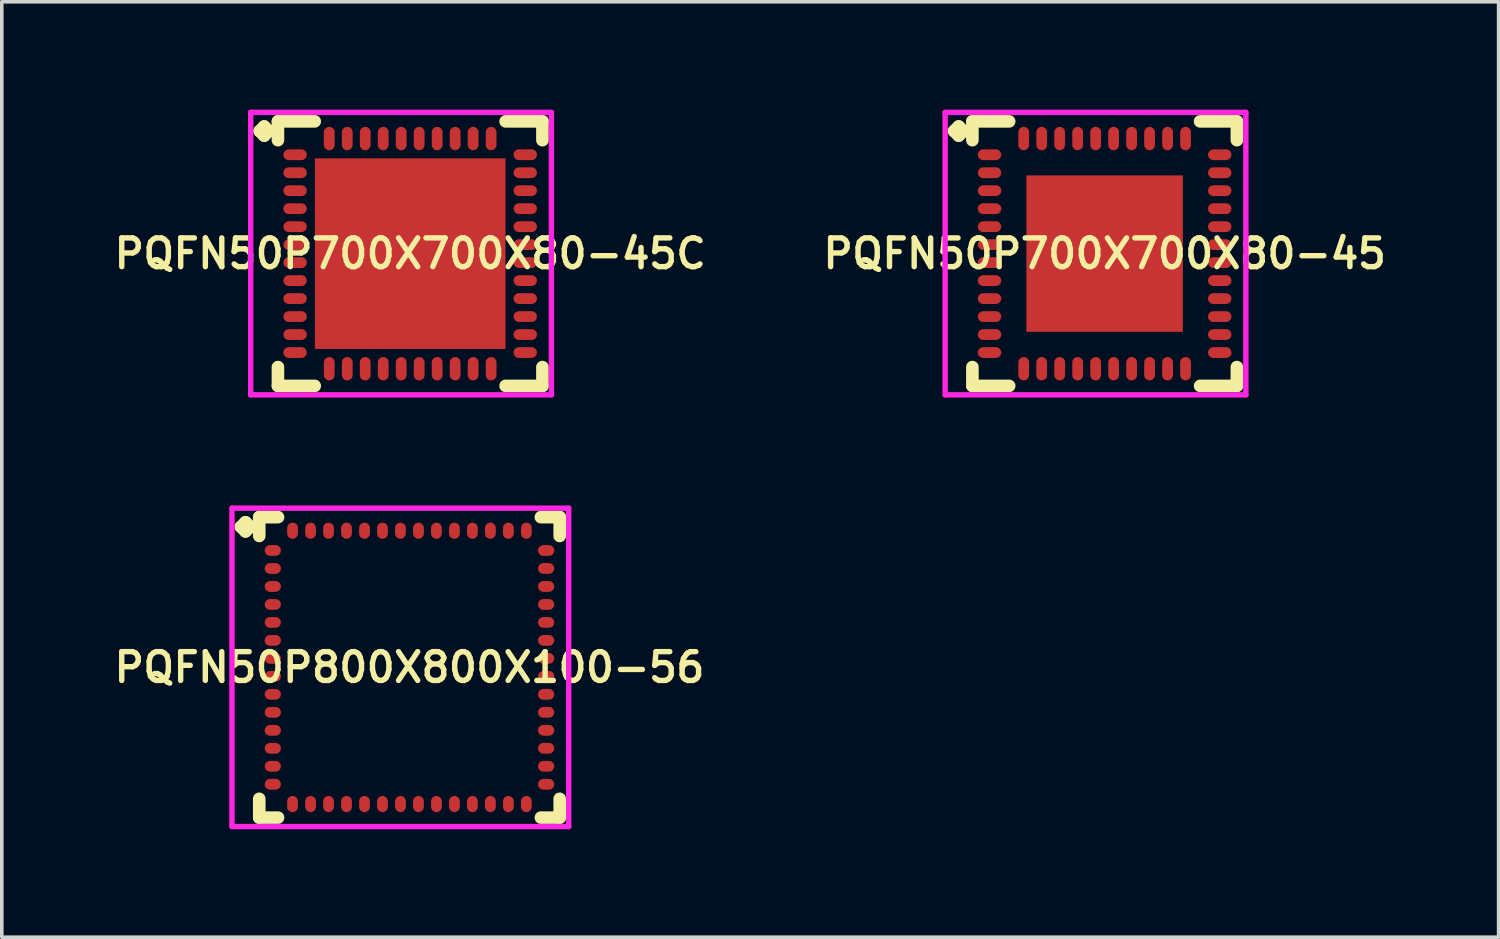
<source format=kicad_pcb>
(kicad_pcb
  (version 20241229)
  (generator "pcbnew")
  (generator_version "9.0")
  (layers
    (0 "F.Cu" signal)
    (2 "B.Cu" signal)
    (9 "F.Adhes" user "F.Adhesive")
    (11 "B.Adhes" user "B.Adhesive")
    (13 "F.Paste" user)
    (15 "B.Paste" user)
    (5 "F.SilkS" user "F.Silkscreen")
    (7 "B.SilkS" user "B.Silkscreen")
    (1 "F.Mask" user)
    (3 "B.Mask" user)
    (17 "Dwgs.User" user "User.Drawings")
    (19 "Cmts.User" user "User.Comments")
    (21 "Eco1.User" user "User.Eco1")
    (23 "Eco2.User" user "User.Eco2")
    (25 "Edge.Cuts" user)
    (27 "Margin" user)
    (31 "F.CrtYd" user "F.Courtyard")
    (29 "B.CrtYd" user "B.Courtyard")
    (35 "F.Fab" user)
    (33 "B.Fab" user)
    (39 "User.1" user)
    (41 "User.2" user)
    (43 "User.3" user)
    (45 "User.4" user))
  (footprint "PQFN50P700X700X80-45"
    (layer "F.Cu")
    (at 27.664 4.002)
    (property "Reference" "PQFN50P700X700X80-45" (at 0 0 0) (layer "F.SilkS") (effects (font (size 0.8 0.8) (thickness 0.15))))
    (attr smd)
    (fp_line (start -4.185 -3.408) (end -4.058 -3.535) (stroke (width 0.35) (type solid)) (layer "F.SilkS"))
    (fp_line (start -4.058 -3.535) (end -3.931 -3.408) (stroke (width 0.35) (type solid)) (layer "F.SilkS"))
    (fp_line (start -4.058 -3.281) (end -4.185 -3.408) (stroke (width 0.35) (type solid)) (layer "F.SilkS"))
    (fp_line (start -3.931 -3.408) (end -4.058 -3.281) (stroke (width 0.35) (type solid)) (layer "F.SilkS"))
    (fp_line (start -3.677 -3.677) (end -2.654 -3.677) (stroke (width 0.35) (type solid)) (layer "F.SilkS"))
    (fp_line (start -3.677 -3.154) (end -3.677 -3.677) (stroke (width 0.35) (type solid)) (layer "F.SilkS"))
    (fp_line (start -3.677 3.154) (end -3.677 3.677) (stroke (width 0.35) (type solid)) (layer "F.SilkS"))
    (fp_line (start -3.677 3.677) (end -2.654 3.677) (stroke (width 0.35) (type solid)) (layer "F.SilkS"))
    (fp_line (start 2.654 -3.677) (end 3.677 -3.677) (stroke (width 0.35) (type solid)) (layer "F.SilkS"))
    (fp_line (start 2.654 3.677) (end 3.677 3.677) (stroke (width 0.35) (type solid)) (layer "F.SilkS"))
    (fp_line (start 3.677 -3.677) (end 3.677 -3.154) (stroke (width 0.35) (type solid)) (layer "F.SilkS"))
    (fp_line (start 3.677 3.677) (end 3.677 3.154) (stroke (width 0.35) (type solid)) (layer "F.SilkS"))
    (fp_line (start -4.435 -3.927) (end 3.927 -3.927) (stroke (width 0.15) (type solid)) (layer "F.CrtYd"))
    (fp_line (start -4.435 3.927) (end -4.435 -3.927) (stroke (width 0.15) (type solid)) (layer "F.CrtYd"))
    (fp_line (start 3.927 -3.927) (end 3.927 3.927) (stroke (width 0.15) (type solid)) (layer "F.CrtYd"))
    (fp_line (start 3.927 3.927) (end -4.435 3.927) (stroke (width 0.15) (type solid)) (layer "F.CrtYd"))
    (pad "1" smd oval (at -3.2 -2.75) (size 0.65 0.3) (layers "F.Cu" "F.Mask" "F.Paste"))
    (pad "2" smd oval (at -3.2 -2.25) (size 0.65 0.3) (layers "F.Cu" "F.Mask" "F.Paste"))
    (pad "3" smd oval (at -3.2 -1.75) (size 0.65 0.3) (layers "F.Cu" "F.Mask" "F.Paste"))
    (pad "4" smd oval (at -3.2 -1.25) (size 0.65 0.3) (layers "F.Cu" "F.Mask" "F.Paste"))
    (pad "5" smd oval (at -3.2 -0.75) (size 0.65 0.3) (layers "F.Cu" "F.Mask" "F.Paste"))
    (pad "6" smd oval (at -3.2 -0.25) (size 0.65 0.3) (layers "F.Cu" "F.Mask" "F.Paste"))
    (pad "7" smd oval (at -3.2 0.25) (size 0.65 0.3) (layers "F.Cu" "F.Mask" "F.Paste"))
    (pad "8" smd oval (at -3.2 0.75) (size 0.65 0.3) (layers "F.Cu" "F.Mask" "F.Paste"))
    (pad "9" smd oval (at -3.2 1.25) (size 0.65 0.3) (layers "F.Cu" "F.Mask" "F.Paste"))
    (pad "10" smd oval (at -3.2 1.75) (size 0.65 0.3) (layers "F.Cu" "F.Mask" "F.Paste"))
    (pad "11" smd oval (at -3.2 2.25) (size 0.65 0.3) (layers "F.Cu" "F.Mask" "F.Paste"))
    (pad "12" smd oval (at -3.2 2.75) (size 0.65 0.3) (layers "F.Cu" "F.Mask" "F.Paste"))
    (pad "13" smd oval (at -2.25 3.2) (size 0.3 0.65) (layers "F.Cu" "F.Mask" "F.Paste"))
    (pad "14" smd oval (at -1.75 3.2) (size 0.3 0.65) (layers "F.Cu" "F.Mask" "F.Paste"))
    (pad "15" smd oval (at -1.25 3.2) (size 0.3 0.65) (layers "F.Cu" "F.Mask" "F.Paste"))
    (pad "16" smd oval (at -0.75 3.2) (size 0.3 0.65) (layers "F.Cu" "F.Mask" "F.Paste"))
    (pad "17" smd oval (at -0.25 3.2) (size 0.3 0.65) (layers "F.Cu" "F.Mask" "F.Paste"))
    (pad "18" smd oval (at 0.25 3.2) (size 0.3 0.65) (layers "F.Cu" "F.Mask" "F.Paste"))
    (pad "19" smd oval (at 0.75 3.2) (size 0.3 0.65) (layers "F.Cu" "F.Mask" "F.Paste"))
    (pad "20" smd oval (at 1.25 3.2) (size 0.3 0.65) (layers "F.Cu" "F.Mask" "F.Paste"))
    (pad "21" smd oval (at 1.75 3.2) (size 0.3 0.65) (layers "F.Cu" "F.Mask" "F.Paste"))
    (pad "22" smd oval (at 2.25 3.2) (size 0.3 0.65) (layers "F.Cu" "F.Mask" "F.Paste"))
    (pad "23" smd oval (at 3.2 2.75) (size 0.65 0.3) (layers "F.Cu" "F.Mask" "F.Paste"))
    (pad "24" smd oval (at 3.2 2.25) (size 0.65 0.3) (layers "F.Cu" "F.Mask" "F.Paste"))
    (pad "25" smd oval (at 3.2 1.75) (size 0.65 0.3) (layers "F.Cu" "F.Mask" "F.Paste"))
    (pad "26" smd oval (at 3.2 1.25) (size 0.65 0.3) (layers "F.Cu" "F.Mask" "F.Paste"))
    (pad "27" smd oval (at 3.2 0.75) (size 0.65 0.3) (layers "F.Cu" "F.Mask" "F.Paste"))
    (pad "28" smd oval (at 3.2 0.25) (size 0.65 0.3) (layers "F.Cu" "F.Mask" "F.Paste"))
    (pad "29" smd oval (at 3.2 -0.25) (size 0.65 0.3) (layers "F.Cu" "F.Mask" "F.Paste"))
    (pad "30" smd oval (at 3.2 -0.75) (size 0.65 0.3) (layers "F.Cu" "F.Mask" "F.Paste"))
    (pad "31" smd oval (at 3.2 -1.25) (size 0.65 0.3) (layers "F.Cu" "F.Mask" "F.Paste"))
    (pad "32" smd oval (at 3.2 -1.75) (size 0.65 0.3) (layers "F.Cu" "F.Mask" "F.Paste"))
    (pad "33" smd oval (at 3.2 -2.25) (size 0.65 0.3) (layers "F.Cu" "F.Mask" "F.Paste"))
    (pad "34" smd oval (at 3.2 -2.75) (size 0.65 0.3) (layers "F.Cu" "F.Mask" "F.Paste"))
    (pad "35" smd oval (at 2.25 -3.2) (size 0.3 0.65) (layers "F.Cu" "F.Mask" "F.Paste"))
    (pad "36" smd oval (at 1.75 -3.2) (size 0.3 0.65) (layers "F.Cu" "F.Mask" "F.Paste"))
    (pad "37" smd oval (at 1.25 -3.2) (size 0.3 0.65) (layers "F.Cu" "F.Mask" "F.Paste"))
    (pad "38" smd oval (at 0.75 -3.2) (size 0.3 0.65) (layers "F.Cu" "F.Mask" "F.Paste"))
    (pad "39" smd oval (at 0.25 -3.2) (size 0.3 0.65) (layers "F.Cu" "F.Mask" "F.Paste"))
    (pad "40" smd oval (at -0.25 -3.2) (size 0.3 0.65) (layers "F.Cu" "F.Mask" "F.Paste"))
    (pad "41" smd oval (at -0.75 -3.2) (size 0.3 0.65) (layers "F.Cu" "F.Mask" "F.Paste"))
    (pad "42" smd oval (at -1.25 -3.2) (size 0.3 0.65) (layers "F.Cu" "F.Mask" "F.Paste"))
    (pad "43" smd oval (at -1.75 -3.2) (size 0.3 0.65) (layers "F.Cu" "F.Mask" "F.Paste"))
    (pad "44" smd oval (at -2.25 -3.2) (size 0.3 0.65) (layers "F.Cu" "F.Mask" "F.Paste"))
    (pad "45" smd rect (at 0 0) (size 4.35 4.35) (layers "F.Cu" "F.Mask" "F.Paste")))
  (footprint "PQFN50P700X700X80-45C"
    (layer "F.Cu")
    (at 8.355 4.002)
    (property "Reference" "PQFN50P700X700X80-45C" (at 0 0 0) (layer "F.SilkS") (effects (font (size 0.8 0.8) (thickness 0.15))))
    (attr smd)
    (fp_line (start -4.185 -3.408) (end -4.058 -3.535) (stroke (width 0.35) (type solid)) (layer "F.SilkS"))
    (fp_line (start -4.058 -3.535) (end -3.931 -3.408) (stroke (width 0.35) (type solid)) (layer "F.SilkS"))
    (fp_line (start -4.058 -3.281) (end -4.185 -3.408) (stroke (width 0.35) (type solid)) (layer "F.SilkS"))
    (fp_line (start -3.931 -3.408) (end -4.058 -3.281) (stroke (width 0.35) (type solid)) (layer "F.SilkS"))
    (fp_line (start -3.677 -3.677) (end -2.654 -3.677) (stroke (width 0.35) (type solid)) (layer "F.SilkS"))
    (fp_line (start -3.677 -3.154) (end -3.677 -3.677) (stroke (width 0.35) (type solid)) (layer "F.SilkS"))
    (fp_line (start -3.677 3.154) (end -3.677 3.677) (stroke (width 0.35) (type solid)) (layer "F.SilkS"))
    (fp_line (start -3.677 3.677) (end -2.654 3.677) (stroke (width 0.35) (type solid)) (layer "F.SilkS"))
    (fp_line (start 2.654 -3.677) (end 3.677 -3.677) (stroke (width 0.35) (type solid)) (layer "F.SilkS"))
    (fp_line (start 2.654 3.677) (end 3.677 3.677) (stroke (width 0.35) (type solid)) (layer "F.SilkS"))
    (fp_line (start 3.677 -3.677) (end 3.677 -3.154) (stroke (width 0.35) (type solid)) (layer "F.SilkS"))
    (fp_line (start 3.677 3.677) (end 3.677 3.154) (stroke (width 0.35) (type solid)) (layer "F.SilkS"))
    (fp_line (start -4.435 -3.927) (end 3.927 -3.927) (stroke (width 0.15) (type solid)) (layer "F.CrtYd"))
    (fp_line (start -4.435 3.927) (end -4.435 -3.927) (stroke (width 0.15) (type solid)) (layer "F.CrtYd"))
    (fp_line (start 3.927 -3.927) (end 3.927 3.927) (stroke (width 0.15) (type solid)) (layer "F.CrtYd"))
    (fp_line (start 3.927 3.927) (end -4.435 3.927) (stroke (width 0.15) (type solid)) (layer "F.CrtYd"))
    (pad "1" smd oval (at -3.2 -2.75) (size 0.65 0.3) (layers "F.Cu" "F.Mask" "F.Paste"))
    (pad "2" smd oval (at -3.2 -2.25) (size 0.65 0.3) (layers "F.Cu" "F.Mask" "F.Paste"))
    (pad "3" smd oval (at -3.2 -1.75) (size 0.65 0.3) (layers "F.Cu" "F.Mask" "F.Paste"))
    (pad "4" smd oval (at -3.2 -1.25) (size 0.65 0.3) (layers "F.Cu" "F.Mask" "F.Paste"))
    (pad "5" smd oval (at -3.2 -0.75) (size 0.65 0.3) (layers "F.Cu" "F.Mask" "F.Paste"))
    (pad "6" smd oval (at -3.2 -0.25) (size 0.65 0.3) (layers "F.Cu" "F.Mask" "F.Paste"))
    (pad "7" smd oval (at -3.2 0.25) (size 0.65 0.3) (layers "F.Cu" "F.Mask" "F.Paste"))
    (pad "8" smd oval (at -3.2 0.75) (size 0.65 0.3) (layers "F.Cu" "F.Mask" "F.Paste"))
    (pad "9" smd oval (at -3.2 1.25) (size 0.65 0.3) (layers "F.Cu" "F.Mask" "F.Paste"))
    (pad "10" smd oval (at -3.2 1.75) (size 0.65 0.3) (layers "F.Cu" "F.Mask" "F.Paste"))
    (pad "11" smd oval (at -3.2 2.25) (size 0.65 0.3) (layers "F.Cu" "F.Mask" "F.Paste"))
    (pad "12" smd oval (at -3.2 2.75) (size 0.65 0.3) (layers "F.Cu" "F.Mask" "F.Paste"))
    (pad "13" smd oval (at -2.25 3.2) (size 0.3 0.65) (layers "F.Cu" "F.Mask" "F.Paste"))
    (pad "14" smd oval (at -1.75 3.2) (size 0.3 0.65) (layers "F.Cu" "F.Mask" "F.Paste"))
    (pad "15" smd oval (at -1.25 3.2) (size 0.3 0.65) (layers "F.Cu" "F.Mask" "F.Paste"))
    (pad "16" smd oval (at -0.75 3.2) (size 0.3 0.65) (layers "F.Cu" "F.Mask" "F.Paste"))
    (pad "17" smd oval (at -0.25 3.2) (size 0.3 0.65) (layers "F.Cu" "F.Mask" "F.Paste"))
    (pad "18" smd oval (at 0.25 3.2) (size 0.3 0.65) (layers "F.Cu" "F.Mask" "F.Paste"))
    (pad "19" smd oval (at 0.75 3.2) (size 0.3 0.65) (layers "F.Cu" "F.Mask" "F.Paste"))
    (pad "20" smd oval (at 1.25 3.2) (size 0.3 0.65) (layers "F.Cu" "F.Mask" "F.Paste"))
    (pad "21" smd oval (at 1.75 3.2) (size 0.3 0.65) (layers "F.Cu" "F.Mask" "F.Paste"))
    (pad "22" smd oval (at 2.25 3.2) (size 0.3 0.65) (layers "F.Cu" "F.Mask" "F.Paste"))
    (pad "23" smd oval (at 3.2 2.75) (size 0.65 0.3) (layers "F.Cu" "F.Mask" "F.Paste"))
    (pad "24" smd oval (at 3.2 2.25) (size 0.65 0.3) (layers "F.Cu" "F.Mask" "F.Paste"))
    (pad "25" smd oval (at 3.2 1.75) (size 0.65 0.3) (layers "F.Cu" "F.Mask" "F.Paste"))
    (pad "26" smd oval (at 3.2 1.25) (size 0.65 0.3) (layers "F.Cu" "F.Mask" "F.Paste"))
    (pad "27" smd oval (at 3.2 0.75) (size 0.65 0.3) (layers "F.Cu" "F.Mask" "F.Paste"))
    (pad "28" smd oval (at 3.2 0.25) (size 0.65 0.3) (layers "F.Cu" "F.Mask" "F.Paste"))
    (pad "29" smd oval (at 3.2 -0.25) (size 0.65 0.3) (layers "F.Cu" "F.Mask" "F.Paste"))
    (pad "30" smd oval (at 3.2 -0.75) (size 0.65 0.3) (layers "F.Cu" "F.Mask" "F.Paste"))
    (pad "31" smd oval (at 3.2 -1.25) (size 0.65 0.3) (layers "F.Cu" "F.Mask" "F.Paste"))
    (pad "32" smd oval (at 3.2 -1.75) (size 0.65 0.3) (layers "F.Cu" "F.Mask" "F.Paste"))
    (pad "33" smd oval (at 3.2 -2.25) (size 0.65 0.3) (layers "F.Cu" "F.Mask" "F.Paste"))
    (pad "34" smd oval (at 3.2 -2.75) (size 0.65 0.3) (layers "F.Cu" "F.Mask" "F.Paste"))
    (pad "35" smd oval (at 2.25 -3.2) (size 0.3 0.65) (layers "F.Cu" "F.Mask" "F.Paste"))
    (pad "36" smd oval (at 1.75 -3.2) (size 0.3 0.65) (layers "F.Cu" "F.Mask" "F.Paste"))
    (pad "37" smd oval (at 1.25 -3.2) (size 0.3 0.65) (layers "F.Cu" "F.Mask" "F.Paste"))
    (pad "38" smd oval (at 0.75 -3.2) (size 0.3 0.65) (layers "F.Cu" "F.Mask" "F.Paste"))
    (pad "39" smd oval (at 0.25 -3.2) (size 0.3 0.65) (layers "F.Cu" "F.Mask" "F.Paste"))
    (pad "40" smd oval (at -0.25 -3.2) (size 0.3 0.65) (layers "F.Cu" "F.Mask" "F.Paste"))
    (pad "41" smd oval (at -0.75 -3.2) (size 0.3 0.65) (layers "F.Cu" "F.Mask" "F.Paste"))
    (pad "42" smd oval (at -1.25 -3.2) (size 0.3 0.65) (layers "F.Cu" "F.Mask" "F.Paste"))
    (pad "43" smd oval (at -1.75 -3.2) (size 0.3 0.65) (layers "F.Cu" "F.Mask" "F.Paste"))
    (pad "44" smd oval (at -2.25 -3.2) (size 0.3 0.65) (layers "F.Cu" "F.Mask" "F.Paste"))
    (pad "45" smd rect (at 0 0) (size 5.3 5.3) (layers "F.Cu" "F.Mask" "F.Paste")))
  (footprint "PQFN50P800X800X100-56"
    (layer "F.Cu")
    (at 8.335 15.506)
    (property "Reference" "PQFN50P800X800X100-56" (at 0 0 0) (layer "F.SilkS") (effects (font (size 0.8 0.8) (thickness 0.15))))
    (attr smd)
    (fp_line (start -4.685 -3.908) (end -4.558 -4.035) (stroke (width 0.35) (type solid)) (layer "F.SilkS"))
    (fp_line (start -4.558 -4.035) (end -4.431 -3.908) (stroke (width 0.35) (type solid)) (layer "F.SilkS"))
    (fp_line (start -4.558 -3.781) (end -4.685 -3.908) (stroke (width 0.35) (type solid)) (layer "F.SilkS"))
    (fp_line (start -4.431 -3.908) (end -4.558 -3.781) (stroke (width 0.35) (type solid)) (layer "F.SilkS"))
    (fp_line (start -4.177 -4.177) (end -3.654 -4.177) (stroke (width 0.35) (type solid)) (layer "F.SilkS"))
    (fp_line (start -4.177 -3.654) (end -4.177 -4.177) (stroke (width 0.35) (type solid)) (layer "F.SilkS"))
    (fp_line (start -4.177 3.654) (end -4.177 4.177) (stroke (width 0.35) (type solid)) (layer "F.SilkS"))
    (fp_line (start -4.177 4.177) (end -3.654 4.177) (stroke (width 0.35) (type solid)) (layer "F.SilkS"))
    (fp_line (start 3.654 -4.177) (end 4.177 -4.177) (stroke (width 0.35) (type solid)) (layer "F.SilkS"))
    (fp_line (start 3.654 4.177) (end 4.177 4.177) (stroke (width 0.35) (type solid)) (layer "F.SilkS"))
    (fp_line (start 4.177 -4.177) (end 4.177 -3.654) (stroke (width 0.35) (type solid)) (layer "F.SilkS"))
    (fp_line (start 4.177 4.177) (end 4.177 3.654) (stroke (width 0.35) (type solid)) (layer "F.SilkS"))
    (fp_line (start -4.935 -4.427) (end 4.427 -4.427) (stroke (width 0.15) (type solid)) (layer "F.CrtYd"))
    (fp_line (start -4.935 4.427) (end -4.935 -4.427) (stroke (width 0.15) (type solid)) (layer "F.CrtYd"))
    (fp_line (start 4.427 -4.427) (end 4.427 4.427) (stroke (width 0.15) (type solid)) (layer "F.CrtYd"))
    (fp_line (start 4.427 4.427) (end -4.935 4.427) (stroke (width 0.15) (type solid)) (layer "F.CrtYd"))
    (pad "1" smd oval (at -3.8 -3.25) (size 0.45 0.3) (layers "F.Cu" "F.Mask" "F.Paste"))
    (pad "2" smd oval (at -3.8 -2.75) (size 0.45 0.3) (layers "F.Cu" "F.Mask" "F.Paste"))
    (pad "3" smd oval (at -3.8 -2.25) (size 0.45 0.3) (layers "F.Cu" "F.Mask" "F.Paste"))
    (pad "4" smd oval (at -3.8 -1.75) (size 0.45 0.3) (layers "F.Cu" "F.Mask" "F.Paste"))
    (pad "5" smd oval (at -3.8 -1.25) (size 0.45 0.3) (layers "F.Cu" "F.Mask" "F.Paste"))
    (pad "6" smd oval (at -3.8 -0.75) (size 0.45 0.3) (layers "F.Cu" "F.Mask" "F.Paste"))
    (pad "7" smd oval (at -3.8 -0.25) (size 0.45 0.3) (layers "F.Cu" "F.Mask" "F.Paste"))
    (pad "8" smd oval (at -3.8 0.25) (size 0.45 0.3) (layers "F.Cu" "F.Mask" "F.Paste"))
    (pad "9" smd oval (at -3.8 0.75) (size 0.45 0.3) (layers "F.Cu" "F.Mask" "F.Paste"))
    (pad "10" smd oval (at -3.8 1.25) (size 0.45 0.3) (layers "F.Cu" "F.Mask" "F.Paste"))
    (pad "11" smd oval (at -3.8 1.75) (size 0.45 0.3) (layers "F.Cu" "F.Mask" "F.Paste"))
    (pad "12" smd oval (at -3.8 2.25) (size 0.45 0.3) (layers "F.Cu" "F.Mask" "F.Paste"))
    (pad "13" smd oval (at -3.8 2.75) (size 0.45 0.3) (layers "F.Cu" "F.Mask" "F.Paste"))
    (pad "14" smd oval (at -3.8 3.25) (size 0.45 0.3) (layers "F.Cu" "F.Mask" "F.Paste"))
    (pad "15" smd oval (at -3.25 3.8) (size 0.3 0.45) (layers "F.Cu" "F.Mask" "F.Paste"))
    (pad "16" smd oval (at -2.75 3.8) (size 0.3 0.45) (layers "F.Cu" "F.Mask" "F.Paste"))
    (pad "17" smd oval (at -2.25 3.8) (size 0.3 0.45) (layers "F.Cu" "F.Mask" "F.Paste"))
    (pad "18" smd oval (at -1.75 3.8) (size 0.3 0.45) (layers "F.Cu" "F.Mask" "F.Paste"))
    (pad "19" smd oval (at -1.25 3.8) (size 0.3 0.45) (layers "F.Cu" "F.Mask" "F.Paste"))
    (pad "20" smd oval (at -0.75 3.8) (size 0.3 0.45) (layers "F.Cu" "F.Mask" "F.Paste"))
    (pad "21" smd oval (at -0.25 3.8) (size 0.3 0.45) (layers "F.Cu" "F.Mask" "F.Paste"))
    (pad "22" smd oval (at 0.25 3.8) (size 0.3 0.45) (layers "F.Cu" "F.Mask" "F.Paste"))
    (pad "23" smd oval (at 0.75 3.8) (size 0.3 0.45) (layers "F.Cu" "F.Mask" "F.Paste"))
    (pad "24" smd oval (at 1.25 3.8) (size 0.3 0.45) (layers "F.Cu" "F.Mask" "F.Paste"))
    (pad "25" smd oval (at 1.75 3.8) (size 0.3 0.45) (layers "F.Cu" "F.Mask" "F.Paste"))
    (pad "26" smd oval (at 2.25 3.8) (size 0.3 0.45) (layers "F.Cu" "F.Mask" "F.Paste"))
    (pad "27" smd oval (at 2.75 3.8) (size 0.3 0.45) (layers "F.Cu" "F.Mask" "F.Paste"))
    (pad "28" smd oval (at 3.25 3.8) (size 0.3 0.45) (layers "F.Cu" "F.Mask" "F.Paste"))
    (pad "29" smd oval (at 3.8 3.25) (size 0.45 0.3) (layers "F.Cu" "F.Mask" "F.Paste"))
    (pad "30" smd oval (at 3.8 2.75) (size 0.45 0.3) (layers "F.Cu" "F.Mask" "F.Paste"))
    (pad "31" smd oval (at 3.8 2.25) (size 0.45 0.3) (layers "F.Cu" "F.Mask" "F.Paste"))
    (pad "32" smd oval (at 3.8 1.75) (size 0.45 0.3) (layers "F.Cu" "F.Mask" "F.Paste"))
    (pad "33" smd oval (at 3.8 1.25) (size 0.45 0.3) (layers "F.Cu" "F.Mask" "F.Paste"))
    (pad "34" smd oval (at 3.8 0.75) (size 0.45 0.3) (layers "F.Cu" "F.Mask" "F.Paste"))
    (pad "35" smd oval (at 3.8 0.25) (size 0.45 0.3) (layers "F.Cu" "F.Mask" "F.Paste"))
    (pad "36" smd oval (at 3.8 -0.25) (size 0.45 0.3) (layers "F.Cu" "F.Mask" "F.Paste"))
    (pad "37" smd oval (at 3.8 -0.75) (size 0.45 0.3) (layers "F.Cu" "F.Mask" "F.Paste"))
    (pad "38" smd oval (at 3.8 -1.25) (size 0.45 0.3) (layers "F.Cu" "F.Mask" "F.Paste"))
    (pad "39" smd oval (at 3.8 -1.75) (size 0.45 0.3) (layers "F.Cu" "F.Mask" "F.Paste"))
    (pad "40" smd oval (at 3.8 -2.25) (size 0.45 0.3) (layers "F.Cu" "F.Mask" "F.Paste"))
    (pad "41" smd oval (at 3.8 -2.75) (size 0.45 0.3) (layers "F.Cu" "F.Mask" "F.Paste"))
    (pad "42" smd oval (at 3.8 -3.25) (size 0.45 0.3) (layers "F.Cu" "F.Mask" "F.Paste"))
    (pad "43" smd oval (at 3.25 -3.8) (size 0.3 0.45) (layers "F.Cu" "F.Mask" "F.Paste"))
    (pad "44" smd oval (at 2.75 -3.8) (size 0.3 0.45) (layers "F.Cu" "F.Mask" "F.Paste"))
    (pad "45" smd oval (at 2.25 -3.8) (size 0.3 0.45) (layers "F.Cu" "F.Mask" "F.Paste"))
    (pad "46" smd oval (at 1.75 -3.8) (size 0.3 0.45) (layers "F.Cu" "F.Mask" "F.Paste"))
    (pad "47" smd oval (at 1.25 -3.8) (size 0.3 0.45) (layers "F.Cu" "F.Mask" "F.Paste"))
    (pad "48" smd oval (at 0.75 -3.8) (size 0.3 0.45) (layers "F.Cu" "F.Mask" "F.Paste"))
    (pad "49" smd oval (at 0.25 -3.8) (size 0.3 0.45) (layers "F.Cu" "F.Mask" "F.Paste"))
    (pad "50" smd oval (at -0.25 -3.8) (size 0.3 0.45) (layers "F.Cu" "F.Mask" "F.Paste"))
    (pad "51" smd oval (at -0.75 -3.8) (size 0.3 0.45) (layers "F.Cu" "F.Mask" "F.Paste"))
    (pad "52" smd oval (at -1.25 -3.8) (size 0.3 0.45) (layers "F.Cu" "F.Mask" "F.Paste"))
    (pad "53" smd oval (at -1.75 -3.8) (size 0.3 0.45) (layers "F.Cu" "F.Mask" "F.Paste"))
    (pad "54" smd oval (at -2.25 -3.8) (size 0.3 0.45) (layers "F.Cu" "F.Mask" "F.Paste"))
    (pad "55" smd oval (at -2.75 -3.8) (size 0.3 0.45) (layers "F.Cu" "F.Mask" "F.Paste"))
    (pad "56" smd oval (at -3.25 -3.8) (size 0.3 0.45) (layers "F.Cu" "F.Mask" "F.Paste")))
  (gr_rect
    (start -3 -3)
    (end 38.618 23.008)
    (stroke (width 0.1) (type default))
    (fill no)
    (layer "Edge.Cuts")))
</source>
